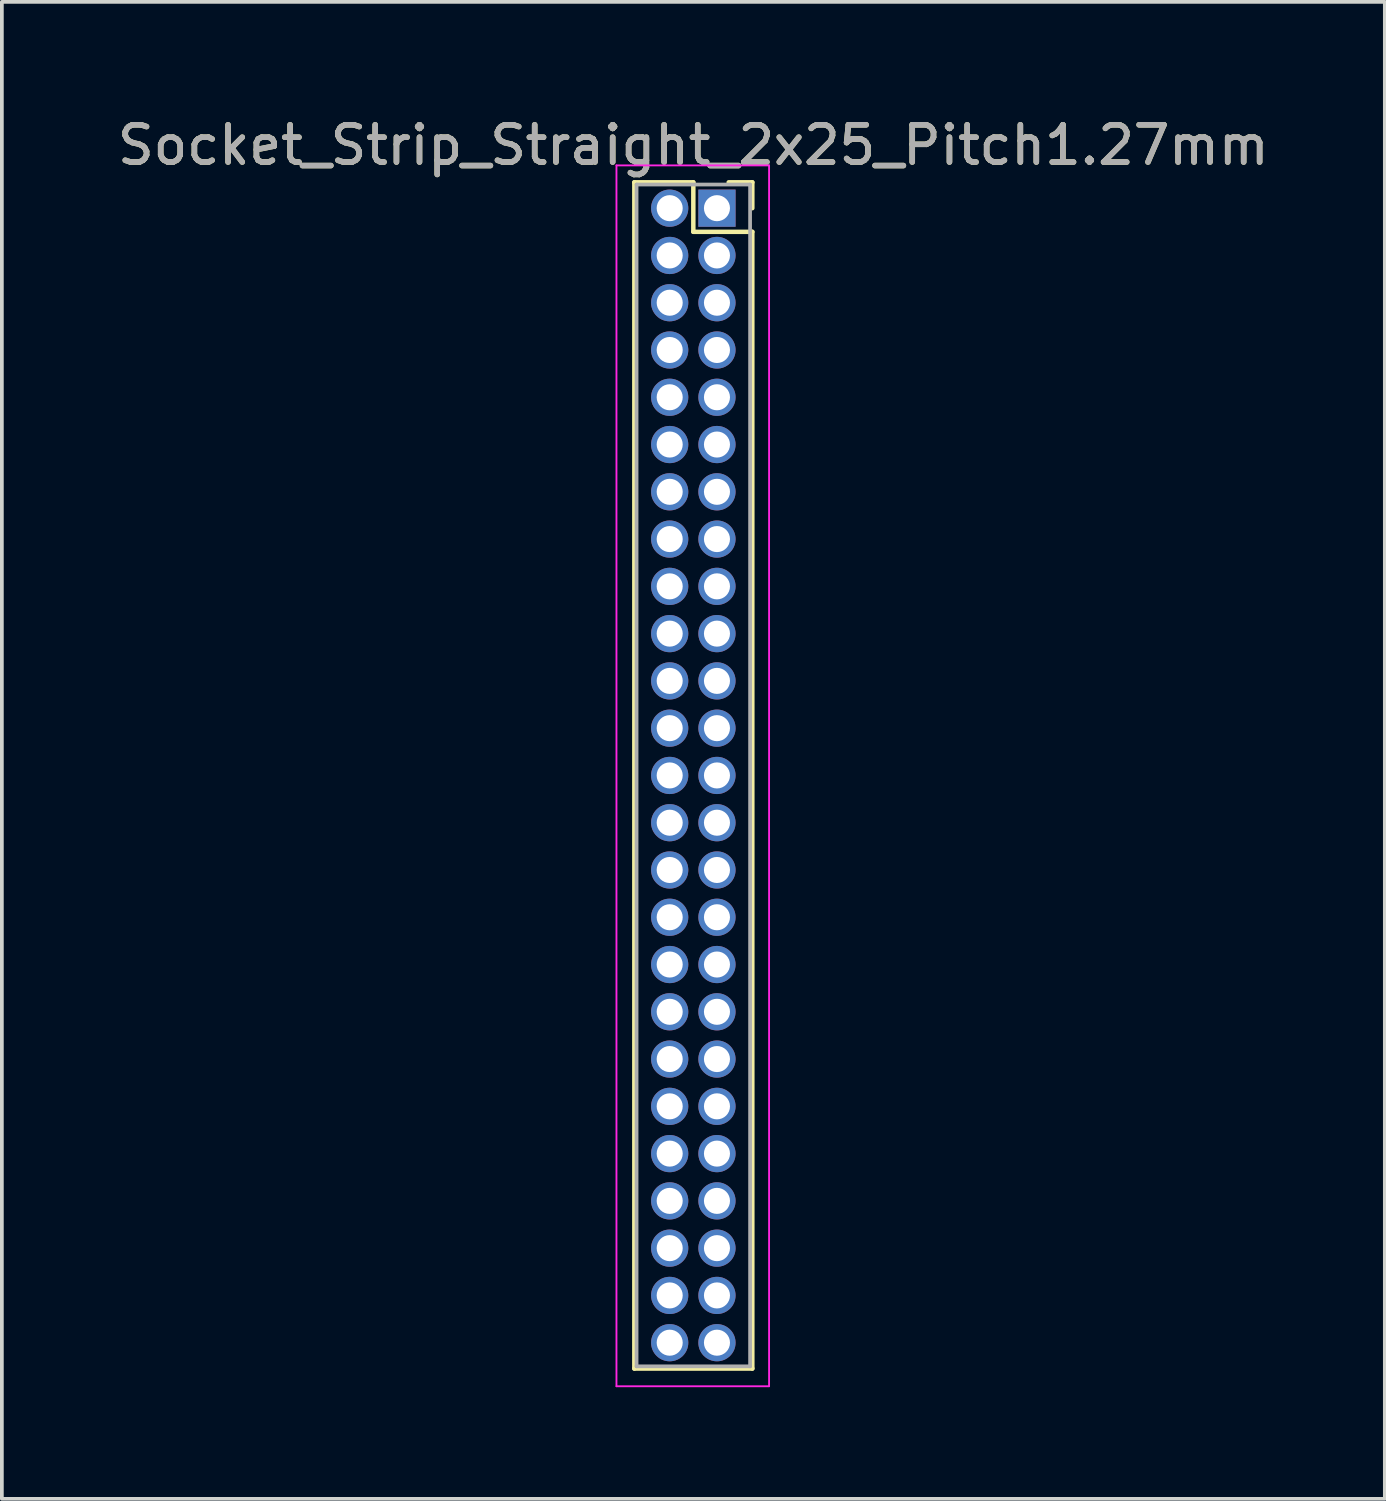
<source format=kicad_pcb>
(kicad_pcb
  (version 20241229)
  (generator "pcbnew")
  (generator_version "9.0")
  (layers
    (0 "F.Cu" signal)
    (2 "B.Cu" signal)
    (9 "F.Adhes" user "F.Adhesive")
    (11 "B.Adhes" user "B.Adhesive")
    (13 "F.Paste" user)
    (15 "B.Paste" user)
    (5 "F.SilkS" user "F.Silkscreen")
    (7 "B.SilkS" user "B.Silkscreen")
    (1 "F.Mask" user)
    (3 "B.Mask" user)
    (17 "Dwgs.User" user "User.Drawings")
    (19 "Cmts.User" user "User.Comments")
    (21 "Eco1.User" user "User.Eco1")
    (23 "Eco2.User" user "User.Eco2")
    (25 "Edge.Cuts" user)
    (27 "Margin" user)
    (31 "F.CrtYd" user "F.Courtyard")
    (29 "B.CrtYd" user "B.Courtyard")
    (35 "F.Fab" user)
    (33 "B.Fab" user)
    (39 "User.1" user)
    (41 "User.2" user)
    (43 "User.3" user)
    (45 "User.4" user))
  (footprint "Socket_Strip_Straight_2x25_Pitch1.27mm"
    (layer "F.Cu")
    (at 16.212 2.543)
    (property "Reference" "Socket_Strip_Straight_2x25_Pitch1.27mm" (at -0.635 -1.695 0) (layer "F.SilkS") (effects (font (size 1 1) (thickness 0.15))))
    (attr through_hole)
    (fp_line (start -2.22 -0.695) (end -0.635 -0.695) (stroke (width 0.12) (type solid)) (layer "F.SilkS"))
    (fp_line (start -2.22 31.175) (end -2.22 -0.695) (stroke (width 0.12) (type solid)) (layer "F.SilkS"))
    (fp_line (start -0.635 -0.695) (end -0.635 0.635) (stroke (width 0.12) (type solid)) (layer "F.SilkS"))
    (fp_line (start -0.635 0.635) (end 0.95 0.635) (stroke (width 0.12) (type solid)) (layer "F.SilkS"))
    (fp_line (start 0.95 -0.695) (end 0.315 -0.695) (stroke (width 0.12) (type solid)) (layer "F.SilkS"))
    (fp_line (start 0.95 0) (end 0.95 -0.695) (stroke (width 0.12) (type solid)) (layer "F.SilkS"))
    (fp_line (start 0.95 0.635) (end 0.95 31.175) (stroke (width 0.12) (type solid)) (layer "F.SilkS"))
    (fp_line (start 0.95 31.175) (end -2.22 31.175) (stroke (width 0.12) (type solid)) (layer "F.SilkS"))
    (fp_line (start -2.7 -1.15) (end -2.7 31.65) (stroke (width 0.05) (type solid)) (layer "F.CrtYd"))
    (fp_line (start -2.7 31.65) (end 1.4 31.65) (stroke (width 0.05) (type solid)) (layer "F.CrtYd"))
    (fp_line (start 1.4 -1.15) (end -2.7 -1.15) (stroke (width 0.05) (type solid)) (layer "F.CrtYd"))
    (fp_line (start 1.4 31.65) (end 1.4 -1.15) (stroke (width 0.05) (type solid)) (layer "F.CrtYd"))
    (fp_line (start -2.16 -0.635) (end -2.16 31.115) (stroke (width 0.1) (type solid)) (layer "F.Fab"))
    (fp_line (start -2.16 31.115) (end 0.89 31.115) (stroke (width 0.1) (type solid)) (layer "F.Fab"))
    (fp_line (start 0.89 -0.635) (end -2.16 -0.635) (stroke (width 0.1) (type solid)) (layer "F.Fab"))
    (fp_line (start 0.89 31.115) (end 0.89 -0.635) (stroke (width 0.1) (type solid)) (layer "F.Fab"))
    (fp_text user "${REFERENCE}" (at -0.635 -1.695 0) (layer "F.Fab") (effects (font (size 1 1) (thickness 0.15))))
    (pad "1" thru_hole rect (at 0 0) (size 1 1) (drill 0.7) (layers "*.Cu" "*.Mask"))
    (pad "2" thru_hole oval (at -1.27 0) (size 1 1) (drill 0.7) (layers "*.Cu" "*.Mask"))
    (pad "3" thru_hole oval (at 0 1.27) (size 1 1) (drill 0.7) (layers "*.Cu" "*.Mask"))
    (pad "4" thru_hole oval (at -1.27 1.27) (size 1 1) (drill 0.7) (layers "*.Cu" "*.Mask"))
    (pad "5" thru_hole oval (at 0 2.54) (size 1 1) (drill 0.7) (layers "*.Cu" "*.Mask"))
    (pad "6" thru_hole oval (at -1.27 2.54) (size 1 1) (drill 0.7) (layers "*.Cu" "*.Mask"))
    (pad "7" thru_hole oval (at 0 3.81) (size 1 1) (drill 0.7) (layers "*.Cu" "*.Mask"))
    (pad "8" thru_hole oval (at -1.27 3.81) (size 1 1) (drill 0.7) (layers "*.Cu" "*.Mask"))
    (pad "9" thru_hole oval (at 0 5.08) (size 1 1) (drill 0.7) (layers "*.Cu" "*.Mask"))
    (pad "10" thru_hole oval (at -1.27 5.08) (size 1 1) (drill 0.7) (layers "*.Cu" "*.Mask"))
    (pad "11" thru_hole oval (at 0 6.35) (size 1 1) (drill 0.7) (layers "*.Cu" "*.Mask"))
    (pad "12" thru_hole oval (at -1.27 6.35) (size 1 1) (drill 0.7) (layers "*.Cu" "*.Mask"))
    (pad "13" thru_hole oval (at 0 7.62) (size 1 1) (drill 0.7) (layers "*.Cu" "*.Mask"))
    (pad "14" thru_hole oval (at -1.27 7.62) (size 1 1) (drill 0.7) (layers "*.Cu" "*.Mask"))
    (pad "15" thru_hole oval (at 0 8.89) (size 1 1) (drill 0.7) (layers "*.Cu" "*.Mask"))
    (pad "16" thru_hole oval (at -1.27 8.89) (size 1 1) (drill 0.7) (layers "*.Cu" "*.Mask"))
    (pad "17" thru_hole oval (at 0 10.16) (size 1 1) (drill 0.7) (layers "*.Cu" "*.Mask"))
    (pad "18" thru_hole oval (at -1.27 10.16) (size 1 1) (drill 0.7) (layers "*.Cu" "*.Mask"))
    (pad "19" thru_hole oval (at 0 11.43) (size 1 1) (drill 0.7) (layers "*.Cu" "*.Mask"))
    (pad "20" thru_hole oval (at -1.27 11.43) (size 1 1) (drill 0.7) (layers "*.Cu" "*.Mask"))
    (pad "21" thru_hole oval (at 0 12.7) (size 1 1) (drill 0.7) (layers "*.Cu" "*.Mask"))
    (pad "22" thru_hole oval (at -1.27 12.7) (size 1 1) (drill 0.7) (layers "*.Cu" "*.Mask"))
    (pad "23" thru_hole oval (at 0 13.97) (size 1 1) (drill 0.7) (layers "*.Cu" "*.Mask"))
    (pad "24" thru_hole oval (at -1.27 13.97) (size 1 1) (drill 0.7) (layers "*.Cu" "*.Mask"))
    (pad "25" thru_hole oval (at 0 15.24) (size 1 1) (drill 0.7) (layers "*.Cu" "*.Mask"))
    (pad "26" thru_hole oval (at -1.27 15.24) (size 1 1) (drill 0.7) (layers "*.Cu" "*.Mask"))
    (pad "27" thru_hole oval (at 0 16.51) (size 1 1) (drill 0.7) (layers "*.Cu" "*.Mask"))
    (pad "28" thru_hole oval (at -1.27 16.51) (size 1 1) (drill 0.7) (layers "*.Cu" "*.Mask"))
    (pad "29" thru_hole oval (at 0 17.78) (size 1 1) (drill 0.7) (layers "*.Cu" "*.Mask"))
    (pad "30" thru_hole oval (at -1.27 17.78) (size 1 1) (drill 0.7) (layers "*.Cu" "*.Mask"))
    (pad "31" thru_hole oval (at 0 19.05) (size 1 1) (drill 0.7) (layers "*.Cu" "*.Mask"))
    (pad "32" thru_hole oval (at -1.27 19.05) (size 1 1) (drill 0.7) (layers "*.Cu" "*.Mask"))
    (pad "33" thru_hole oval (at 0 20.32) (size 1 1) (drill 0.7) (layers "*.Cu" "*.Mask"))
    (pad "34" thru_hole oval (at -1.27 20.32) (size 1 1) (drill 0.7) (layers "*.Cu" "*.Mask"))
    (pad "35" thru_hole oval (at 0 21.59) (size 1 1) (drill 0.7) (layers "*.Cu" "*.Mask"))
    (pad "36" thru_hole oval (at -1.27 21.59) (size 1 1) (drill 0.7) (layers "*.Cu" "*.Mask"))
    (pad "37" thru_hole oval (at 0 22.86) (size 1 1) (drill 0.7) (layers "*.Cu" "*.Mask"))
    (pad "38" thru_hole oval (at -1.27 22.86) (size 1 1) (drill 0.7) (layers "*.Cu" "*.Mask"))
    (pad "39" thru_hole oval (at 0 24.13) (size 1 1) (drill 0.7) (layers "*.Cu" "*.Mask"))
    (pad "40" thru_hole oval (at -1.27 24.13) (size 1 1) (drill 0.7) (layers "*.Cu" "*.Mask"))
    (pad "41" thru_hole oval (at 0 25.4) (size 1 1) (drill 0.7) (layers "*.Cu" "*.Mask"))
    (pad "42" thru_hole oval (at -1.27 25.4) (size 1 1) (drill 0.7) (layers "*.Cu" "*.Mask"))
    (pad "43" thru_hole oval (at 0 26.67) (size 1 1) (drill 0.7) (layers "*.Cu" "*.Mask"))
    (pad "44" thru_hole oval (at -1.27 26.67) (size 1 1) (drill 0.7) (layers "*.Cu" "*.Mask"))
    (pad "45" thru_hole oval (at 0 27.94) (size 1 1) (drill 0.7) (layers "*.Cu" "*.Mask"))
    (pad "46" thru_hole oval (at -1.27 27.94) (size 1 1) (drill 0.7) (layers "*.Cu" "*.Mask"))
    (pad "47" thru_hole oval (at 0 29.21) (size 1 1) (drill 0.7) (layers "*.Cu" "*.Mask"))
    (pad "48" thru_hole oval (at -1.27 29.21) (size 1 1) (drill 0.7) (layers "*.Cu" "*.Mask"))
    (pad "49" thru_hole oval (at 0 30.48) (size 1 1) (drill 0.7) (layers "*.Cu" "*.Mask"))
    (pad "50" thru_hole oval (at -1.27 30.48) (size 1 1) (drill 0.7) (layers "*.Cu" "*.Mask")))
  (gr_rect
    (start -3 -3)
    (end 34.155 37.218)
    (stroke (width 0.1) (type default))
    (fill no)
    (layer "Edge.Cuts")))
</source>
